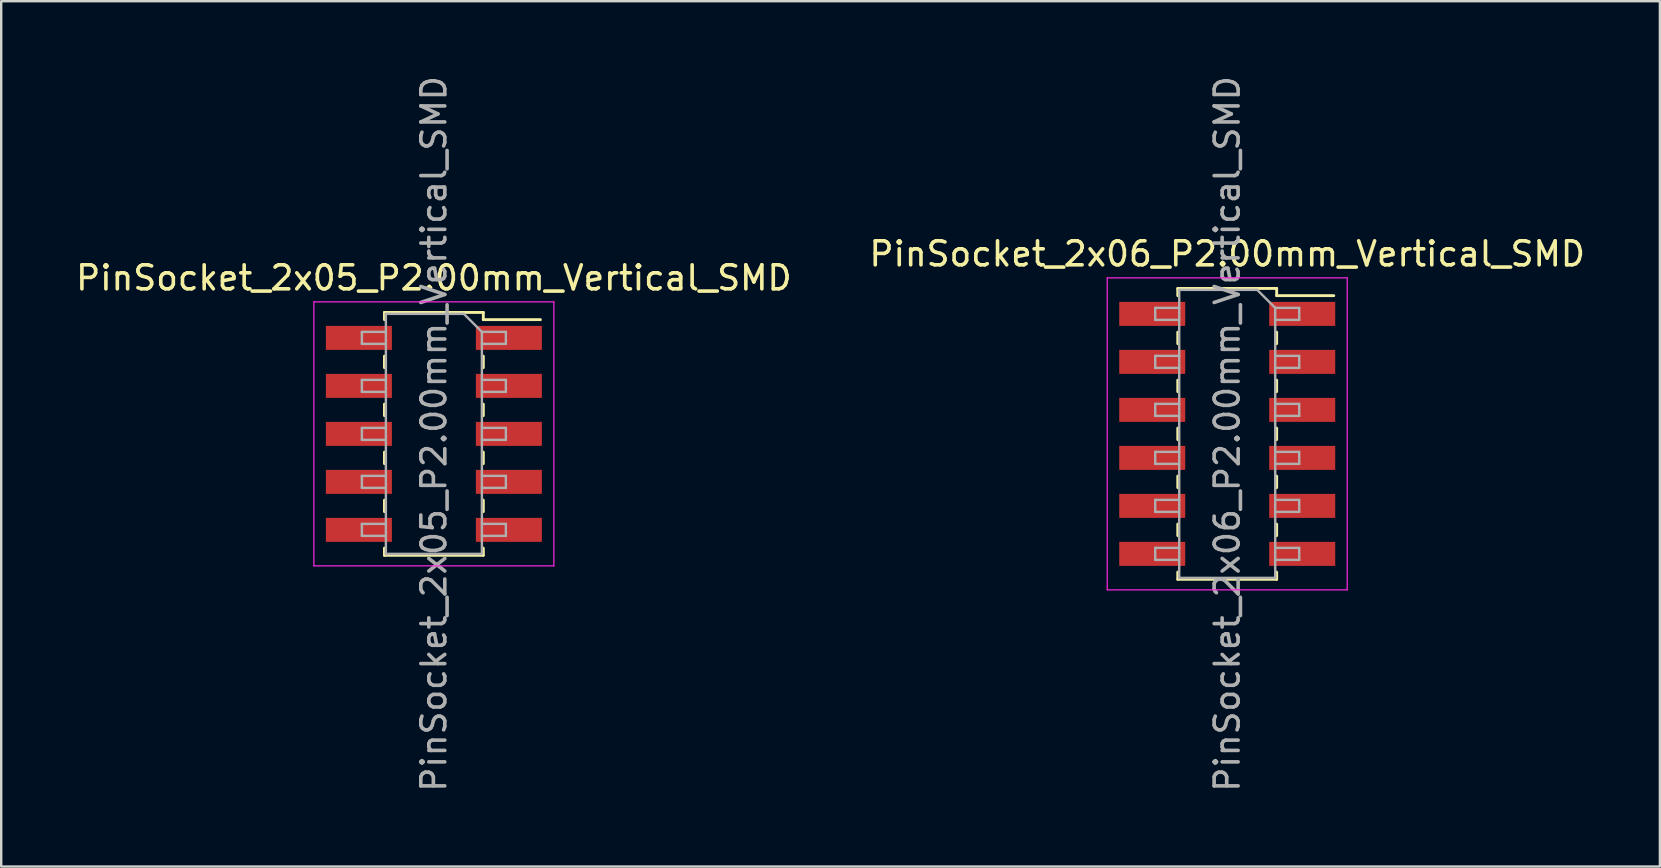
<source format=kicad_pcb>
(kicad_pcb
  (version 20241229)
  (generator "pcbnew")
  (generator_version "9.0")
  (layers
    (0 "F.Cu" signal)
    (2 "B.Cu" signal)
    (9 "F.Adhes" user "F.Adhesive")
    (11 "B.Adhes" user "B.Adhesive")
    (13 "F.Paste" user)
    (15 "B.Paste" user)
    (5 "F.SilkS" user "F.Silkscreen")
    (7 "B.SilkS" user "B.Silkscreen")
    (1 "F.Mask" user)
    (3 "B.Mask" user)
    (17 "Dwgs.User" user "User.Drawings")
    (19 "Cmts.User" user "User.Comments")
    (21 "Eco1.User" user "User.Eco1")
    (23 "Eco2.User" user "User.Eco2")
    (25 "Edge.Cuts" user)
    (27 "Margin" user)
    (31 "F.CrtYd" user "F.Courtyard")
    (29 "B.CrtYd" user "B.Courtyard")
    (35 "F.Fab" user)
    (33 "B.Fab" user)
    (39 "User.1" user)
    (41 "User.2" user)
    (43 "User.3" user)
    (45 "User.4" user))
  (footprint "PinSocket_2x06_P2.00mm_Vertical_SMD"
    (layer "F.Cu")
    (at 48.089 15.03)
    (property "Reference" "PinSocket_2x06_P2.00mm_Vertical_SMD" (at 0 -7.5 0) (layer "F.SilkS") (effects (font (size 1 1) (thickness 0.15))))
    (attr smd)
    (fp_line (start -2.06 -6.06) (end -2.06 -5.76) (stroke (width 0.12) (type solid)) (layer "F.SilkS"))
    (fp_line (start -2.06 -6.06) (end 2.06 -6.06) (stroke (width 0.12) (type solid)) (layer "F.SilkS"))
    (fp_line (start -2.06 -4.24) (end -2.06 -3.76) (stroke (width 0.12) (type solid)) (layer "F.SilkS"))
    (fp_line (start -2.06 -2.24) (end -2.06 -1.76) (stroke (width 0.12) (type solid)) (layer "F.SilkS"))
    (fp_line (start -2.06 -0.24) (end -2.06 0.24) (stroke (width 0.12) (type solid)) (layer "F.SilkS"))
    (fp_line (start -2.06 1.76) (end -2.06 2.24) (stroke (width 0.12) (type solid)) (layer "F.SilkS"))
    (fp_line (start -2.06 3.76) (end -2.06 4.24) (stroke (width 0.12) (type solid)) (layer "F.SilkS"))
    (fp_line (start -2.06 5.76) (end -2.06 6.06) (stroke (width 0.12) (type solid)) (layer "F.SilkS"))
    (fp_line (start -2.06 6.06) (end 2.06 6.06) (stroke (width 0.12) (type solid)) (layer "F.SilkS"))
    (fp_line (start 2.06 -6.06) (end 2.06 -5.76) (stroke (width 0.12) (type solid)) (layer "F.SilkS"))
    (fp_line (start 2.06 -5.76) (end 4.44 -5.76) (stroke (width 0.12) (type solid)) (layer "F.SilkS"))
    (fp_line (start 2.06 -4.24) (end 2.06 -3.76) (stroke (width 0.12) (type solid)) (layer "F.SilkS"))
    (fp_line (start 2.06 -2.24) (end 2.06 -1.76) (stroke (width 0.12) (type solid)) (layer "F.SilkS"))
    (fp_line (start 2.06 -0.24) (end 2.06 0.24) (stroke (width 0.12) (type solid)) (layer "F.SilkS"))
    (fp_line (start 2.06 1.76) (end 2.06 2.24) (stroke (width 0.12) (type solid)) (layer "F.SilkS"))
    (fp_line (start 2.06 3.76) (end 2.06 4.24) (stroke (width 0.12) (type solid)) (layer "F.SilkS"))
    (fp_line (start 2.06 5.76) (end 2.06 6.06) (stroke (width 0.12) (type solid)) (layer "F.SilkS"))
    (fp_line (start -5 -6.5) (end 5 -6.5) (stroke (width 0.05) (type solid)) (layer "F.CrtYd"))
    (fp_line (start -5 6.5) (end -5 -6.5) (stroke (width 0.05) (type solid)) (layer "F.CrtYd"))
    (fp_line (start 5 -6.5) (end 5 6.5) (stroke (width 0.05) (type solid)) (layer "F.CrtYd"))
    (fp_line (start 5 6.5) (end -5 6.5) (stroke (width 0.05) (type solid)) (layer "F.CrtYd"))
    (fp_line (start -3 -5.25) (end -2 -5.25) (stroke (width 0.1) (type solid)) (layer "F.Fab"))
    (fp_line (start -3 -4.75) (end -3 -5.25) (stroke (width 0.1) (type solid)) (layer "F.Fab"))
    (fp_line (start -3 -3.25) (end -2 -3.25) (stroke (width 0.1) (type solid)) (layer "F.Fab"))
    (fp_line (start -3 -2.75) (end -3 -3.25) (stroke (width 0.1) (type solid)) (layer "F.Fab"))
    (fp_line (start -3 -1.25) (end -2 -1.25) (stroke (width 0.1) (type solid)) (layer "F.Fab"))
    (fp_line (start -3 -0.75) (end -3 -1.25) (stroke (width 0.1) (type solid)) (layer "F.Fab"))
    (fp_line (start -3 0.75) (end -2 0.75) (stroke (width 0.1) (type solid)) (layer "F.Fab"))
    (fp_line (start -3 1.25) (end -3 0.75) (stroke (width 0.1) (type solid)) (layer "F.Fab"))
    (fp_line (start -3 2.75) (end -2 2.75) (stroke (width 0.1) (type solid)) (layer "F.Fab"))
    (fp_line (start -3 3.25) (end -3 2.75) (stroke (width 0.1) (type solid)) (layer "F.Fab"))
    (fp_line (start -3 4.75) (end -2 4.75) (stroke (width 0.1) (type solid)) (layer "F.Fab"))
    (fp_line (start -3 5.25) (end -3 4.75) (stroke (width 0.1) (type solid)) (layer "F.Fab"))
    (fp_line (start -2 -6) (end 1.25 -6) (stroke (width 0.1) (type solid)) (layer "F.Fab"))
    (fp_line (start -2 -4.75) (end -3 -4.75) (stroke (width 0.1) (type solid)) (layer "F.Fab"))
    (fp_line (start -2 -2.75) (end -3 -2.75) (stroke (width 0.1) (type solid)) (layer "F.Fab"))
    (fp_line (start -2 -0.75) (end -3 -0.75) (stroke (width 0.1) (type solid)) (layer "F.Fab"))
    (fp_line (start -2 1.25) (end -3 1.25) (stroke (width 0.1) (type solid)) (layer "F.Fab"))
    (fp_line (start -2 3.25) (end -3 3.25) (stroke (width 0.1) (type solid)) (layer "F.Fab"))
    (fp_line (start -2 5.25) (end -3 5.25) (stroke (width 0.1) (type solid)) (layer "F.Fab"))
    (fp_line (start -2 6) (end -2 -6) (stroke (width 0.1) (type solid)) (layer "F.Fab"))
    (fp_line (start 1.25 -6) (end 2 -5.25) (stroke (width 0.1) (type solid)) (layer "F.Fab"))
    (fp_line (start 2 -5.25) (end 2 6) (stroke (width 0.1) (type solid)) (layer "F.Fab"))
    (fp_line (start 2 -5.25) (end 3 -5.25) (stroke (width 0.1) (type solid)) (layer "F.Fab"))
    (fp_line (start 2 -3.25) (end 3 -3.25) (stroke (width 0.1) (type solid)) (layer "F.Fab"))
    (fp_line (start 2 -1.25) (end 3 -1.25) (stroke (width 0.1) (type solid)) (layer "F.Fab"))
    (fp_line (start 2 0.75) (end 3 0.75) (stroke (width 0.1) (type solid)) (layer "F.Fab"))
    (fp_line (start 2 2.75) (end 3 2.75) (stroke (width 0.1) (type solid)) (layer "F.Fab"))
    (fp_line (start 2 4.75) (end 3 4.75) (stroke (width 0.1) (type solid)) (layer "F.Fab"))
    (fp_line (start 2 6) (end -2 6) (stroke (width 0.1) (type solid)) (layer "F.Fab"))
    (fp_line (start 3 -5.25) (end 3 -4.75) (stroke (width 0.1) (type solid)) (layer "F.Fab"))
    (fp_line (start 3 -4.75) (end 2 -4.75) (stroke (width 0.1) (type solid)) (layer "F.Fab"))
    (fp_line (start 3 -3.25) (end 3 -2.75) (stroke (width 0.1) (type solid)) (layer "F.Fab"))
    (fp_line (start 3 -2.75) (end 2 -2.75) (stroke (width 0.1) (type solid)) (layer "F.Fab"))
    (fp_line (start 3 -1.25) (end 3 -0.75) (stroke (width 0.1) (type solid)) (layer "F.Fab"))
    (fp_line (start 3 -0.75) (end 2 -0.75) (stroke (width 0.1) (type solid)) (layer "F.Fab"))
    (fp_line (start 3 0.75) (end 3 1.25) (stroke (width 0.1) (type solid)) (layer "F.Fab"))
    (fp_line (start 3 1.25) (end 2 1.25) (stroke (width 0.1) (type solid)) (layer "F.Fab"))
    (fp_line (start 3 2.75) (end 3 3.25) (stroke (width 0.1) (type solid)) (layer "F.Fab"))
    (fp_line (start 3 3.25) (end 2 3.25) (stroke (width 0.1) (type solid)) (layer "F.Fab"))
    (fp_line (start 3 4.75) (end 3 5.25) (stroke (width 0.1) (type solid)) (layer "F.Fab"))
    (fp_line (start 3 5.25) (end 2 5.25) (stroke (width 0.1) (type solid)) (layer "F.Fab"))
    (fp_text user "${REFERENCE}" (at 0 0 90) (layer "F.Fab") (effects (font (size 1 1) (thickness 0.15))))
    (pad "1" smd rect (at 3.125 -5) (size 2.75 1) (layers "F.Cu" "F.Mask" "F.Paste"))
    (pad "2" smd rect (at -3.125 -5) (size 2.75 1) (layers "F.Cu" "F.Mask" "F.Paste"))
    (pad "3" smd rect (at 3.125 -3) (size 2.75 1) (layers "F.Cu" "F.Mask" "F.Paste"))
    (pad "4" smd rect (at -3.125 -3) (size 2.75 1) (layers "F.Cu" "F.Mask" "F.Paste"))
    (pad "5" smd rect (at 3.125 -1) (size 2.75 1) (layers "F.Cu" "F.Mask" "F.Paste"))
    (pad "6" smd rect (at -3.125 -1) (size 2.75 1) (layers "F.Cu" "F.Mask" "F.Paste"))
    (pad "7" smd rect (at 3.125 1) (size 2.75 1) (layers "F.Cu" "F.Mask" "F.Paste"))
    (pad "8" smd rect (at -3.125 1) (size 2.75 1) (layers "F.Cu" "F.Mask" "F.Paste"))
    (pad "9" smd rect (at 3.125 3) (size 2.75 1) (layers "F.Cu" "F.Mask" "F.Paste"))
    (pad "10" smd rect (at -3.125 3) (size 2.75 1) (layers "F.Cu" "F.Mask" "F.Paste"))
    (pad "11" smd rect (at 3.125 5) (size 2.75 1) (layers "F.Cu" "F.Mask" "F.Paste"))
    (pad "12" smd rect (at -3.125 5) (size 2.75 1) (layers "F.Cu" "F.Mask" "F.Paste")))
  (footprint "PinSocket_2x05_P2.00mm_Vertical_SMD"
    (layer "F.Cu")
    (at 15.03 15.03)
    (property "Reference" "PinSocket_2x05_P2.00mm_Vertical_SMD" (at 0 -6.5 0) (layer "F.SilkS") (effects (font (size 1 1) (thickness 0.15))))
    (attr smd)
    (fp_line (start -2.06 -5.06) (end -2.06 -4.76) (stroke (width 0.12) (type solid)) (layer "F.SilkS"))
    (fp_line (start -2.06 -5.06) (end 2.06 -5.06) (stroke (width 0.12) (type solid)) (layer "F.SilkS"))
    (fp_line (start -2.06 -3.24) (end -2.06 -2.76) (stroke (width 0.12) (type solid)) (layer "F.SilkS"))
    (fp_line (start -2.06 -1.24) (end -2.06 -0.76) (stroke (width 0.12) (type solid)) (layer "F.SilkS"))
    (fp_line (start -2.06 0.76) (end -2.06 1.24) (stroke (width 0.12) (type solid)) (layer "F.SilkS"))
    (fp_line (start -2.06 2.76) (end -2.06 3.24) (stroke (width 0.12) (type solid)) (layer "F.SilkS"))
    (fp_line (start -2.06 4.76) (end -2.06 5.06) (stroke (width 0.12) (type solid)) (layer "F.SilkS"))
    (fp_line (start -2.06 5.06) (end 2.06 5.06) (stroke (width 0.12) (type solid)) (layer "F.SilkS"))
    (fp_line (start 2.06 -5.06) (end 2.06 -4.76) (stroke (width 0.12) (type solid)) (layer "F.SilkS"))
    (fp_line (start 2.06 -4.76) (end 4.44 -4.76) (stroke (width 0.12) (type solid)) (layer "F.SilkS"))
    (fp_line (start 2.06 -3.24) (end 2.06 -2.76) (stroke (width 0.12) (type solid)) (layer "F.SilkS"))
    (fp_line (start 2.06 -1.24) (end 2.06 -0.76) (stroke (width 0.12) (type solid)) (layer "F.SilkS"))
    (fp_line (start 2.06 0.76) (end 2.06 1.24) (stroke (width 0.12) (type solid)) (layer "F.SilkS"))
    (fp_line (start 2.06 2.76) (end 2.06 3.24) (stroke (width 0.12) (type solid)) (layer "F.SilkS"))
    (fp_line (start 2.06 4.76) (end 2.06 5.06) (stroke (width 0.12) (type solid)) (layer "F.SilkS"))
    (fp_line (start -5 -5.5) (end 5 -5.5) (stroke (width 0.05) (type solid)) (layer "F.CrtYd"))
    (fp_line (start -5 5.5) (end -5 -5.5) (stroke (width 0.05) (type solid)) (layer "F.CrtYd"))
    (fp_line (start 5 -5.5) (end 5 5.5) (stroke (width 0.05) (type solid)) (layer "F.CrtYd"))
    (fp_line (start 5 5.5) (end -5 5.5) (stroke (width 0.05) (type solid)) (layer "F.CrtYd"))
    (fp_line (start -3 -4.25) (end -2 -4.25) (stroke (width 0.1) (type solid)) (layer "F.Fab"))
    (fp_line (start -3 -3.75) (end -3 -4.25) (stroke (width 0.1) (type solid)) (layer "F.Fab"))
    (fp_line (start -3 -2.25) (end -2 -2.25) (stroke (width 0.1) (type solid)) (layer "F.Fab"))
    (fp_line (start -3 -1.75) (end -3 -2.25) (stroke (width 0.1) (type solid)) (layer "F.Fab"))
    (fp_line (start -3 -0.25) (end -2 -0.25) (stroke (width 0.1) (type solid)) (layer "F.Fab"))
    (fp_line (start -3 0.25) (end -3 -0.25) (stroke (width 0.1) (type solid)) (layer "F.Fab"))
    (fp_line (start -3 1.75) (end -2 1.75) (stroke (width 0.1) (type solid)) (layer "F.Fab"))
    (fp_line (start -3 2.25) (end -3 1.75) (stroke (width 0.1) (type solid)) (layer "F.Fab"))
    (fp_line (start -3 3.75) (end -2 3.75) (stroke (width 0.1) (type solid)) (layer "F.Fab"))
    (fp_line (start -3 4.25) (end -3 3.75) (stroke (width 0.1) (type solid)) (layer "F.Fab"))
    (fp_line (start -2 -5) (end 1.25 -5) (stroke (width 0.1) (type solid)) (layer "F.Fab"))
    (fp_line (start -2 -3.75) (end -3 -3.75) (stroke (width 0.1) (type solid)) (layer "F.Fab"))
    (fp_line (start -2 -1.75) (end -3 -1.75) (stroke (width 0.1) (type solid)) (layer "F.Fab"))
    (fp_line (start -2 0.25) (end -3 0.25) (stroke (width 0.1) (type solid)) (layer "F.Fab"))
    (fp_line (start -2 2.25) (end -3 2.25) (stroke (width 0.1) (type solid)) (layer "F.Fab"))
    (fp_line (start -2 4.25) (end -3 4.25) (stroke (width 0.1) (type solid)) (layer "F.Fab"))
    (fp_line (start -2 5) (end -2 -5) (stroke (width 0.1) (type solid)) (layer "F.Fab"))
    (fp_line (start 1.25 -5) (end 2 -4.25) (stroke (width 0.1) (type solid)) (layer "F.Fab"))
    (fp_line (start 2 -4.25) (end 2 5) (stroke (width 0.1) (type solid)) (layer "F.Fab"))
    (fp_line (start 2 -4.25) (end 3 -4.25) (stroke (width 0.1) (type solid)) (layer "F.Fab"))
    (fp_line (start 2 -2.25) (end 3 -2.25) (stroke (width 0.1) (type solid)) (layer "F.Fab"))
    (fp_line (start 2 -0.25) (end 3 -0.25) (stroke (width 0.1) (type solid)) (layer "F.Fab"))
    (fp_line (start 2 1.75) (end 3 1.75) (stroke (width 0.1) (type solid)) (layer "F.Fab"))
    (fp_line (start 2 3.75) (end 3 3.75) (stroke (width 0.1) (type solid)) (layer "F.Fab"))
    (fp_line (start 2 5) (end -2 5) (stroke (width 0.1) (type solid)) (layer "F.Fab"))
    (fp_line (start 3 -4.25) (end 3 -3.75) (stroke (width 0.1) (type solid)) (layer "F.Fab"))
    (fp_line (start 3 -3.75) (end 2 -3.75) (stroke (width 0.1) (type solid)) (layer "F.Fab"))
    (fp_line (start 3 -2.25) (end 3 -1.75) (stroke (width 0.1) (type solid)) (layer "F.Fab"))
    (fp_line (start 3 -1.75) (end 2 -1.75) (stroke (width 0.1) (type solid)) (layer "F.Fab"))
    (fp_line (start 3 -0.25) (end 3 0.25) (stroke (width 0.1) (type solid)) (layer "F.Fab"))
    (fp_line (start 3 0.25) (end 2 0.25) (stroke (width 0.1) (type solid)) (layer "F.Fab"))
    (fp_line (start 3 1.75) (end 3 2.25) (stroke (width 0.1) (type solid)) (layer "F.Fab"))
    (fp_line (start 3 2.25) (end 2 2.25) (stroke (width 0.1) (type solid)) (layer "F.Fab"))
    (fp_line (start 3 3.75) (end 3 4.25) (stroke (width 0.1) (type solid)) (layer "F.Fab"))
    (fp_line (start 3 4.25) (end 2 4.25) (stroke (width 0.1) (type solid)) (layer "F.Fab"))
    (fp_text user "${REFERENCE}" (at 0 0 90) (layer "F.Fab") (effects (font (size 1 1) (thickness 0.15))))
    (pad "1" smd rect (at 3.125 -4) (size 2.75 1) (layers "F.Cu" "F.Mask" "F.Paste"))
    (pad "2" smd rect (at -3.125 -4) (size 2.75 1) (layers "F.Cu" "F.Mask" "F.Paste"))
    (pad "3" smd rect (at 3.125 -2) (size 2.75 1) (layers "F.Cu" "F.Mask" "F.Paste"))
    (pad "4" smd rect (at -3.125 -2) (size 2.75 1) (layers "F.Cu" "F.Mask" "F.Paste"))
    (pad "5" smd rect (at 3.125 0) (size 2.75 1) (layers "F.Cu" "F.Mask" "F.Paste"))
    (pad "6" smd rect (at -3.125 0) (size 2.75 1) (layers "F.Cu" "F.Mask" "F.Paste"))
    (pad "7" smd rect (at 3.125 2) (size 2.75 1) (layers "F.Cu" "F.Mask" "F.Paste"))
    (pad "8" smd rect (at -3.125 2) (size 2.75 1) (layers "F.Cu" "F.Mask" "F.Paste"))
    (pad "9" smd rect (at 3.125 4) (size 2.75 1) (layers "F.Cu" "F.Mask" "F.Paste"))
    (pad "10" smd rect (at -3.125 4) (size 2.75 1) (layers "F.Cu" "F.Mask" "F.Paste")))
  (gr_rect
    (start -3 -3)
    (end 66.119 33.06)
    (stroke (width 0.1) (type default))
    (fill no)
    (layer "Edge.Cuts")))
</source>
